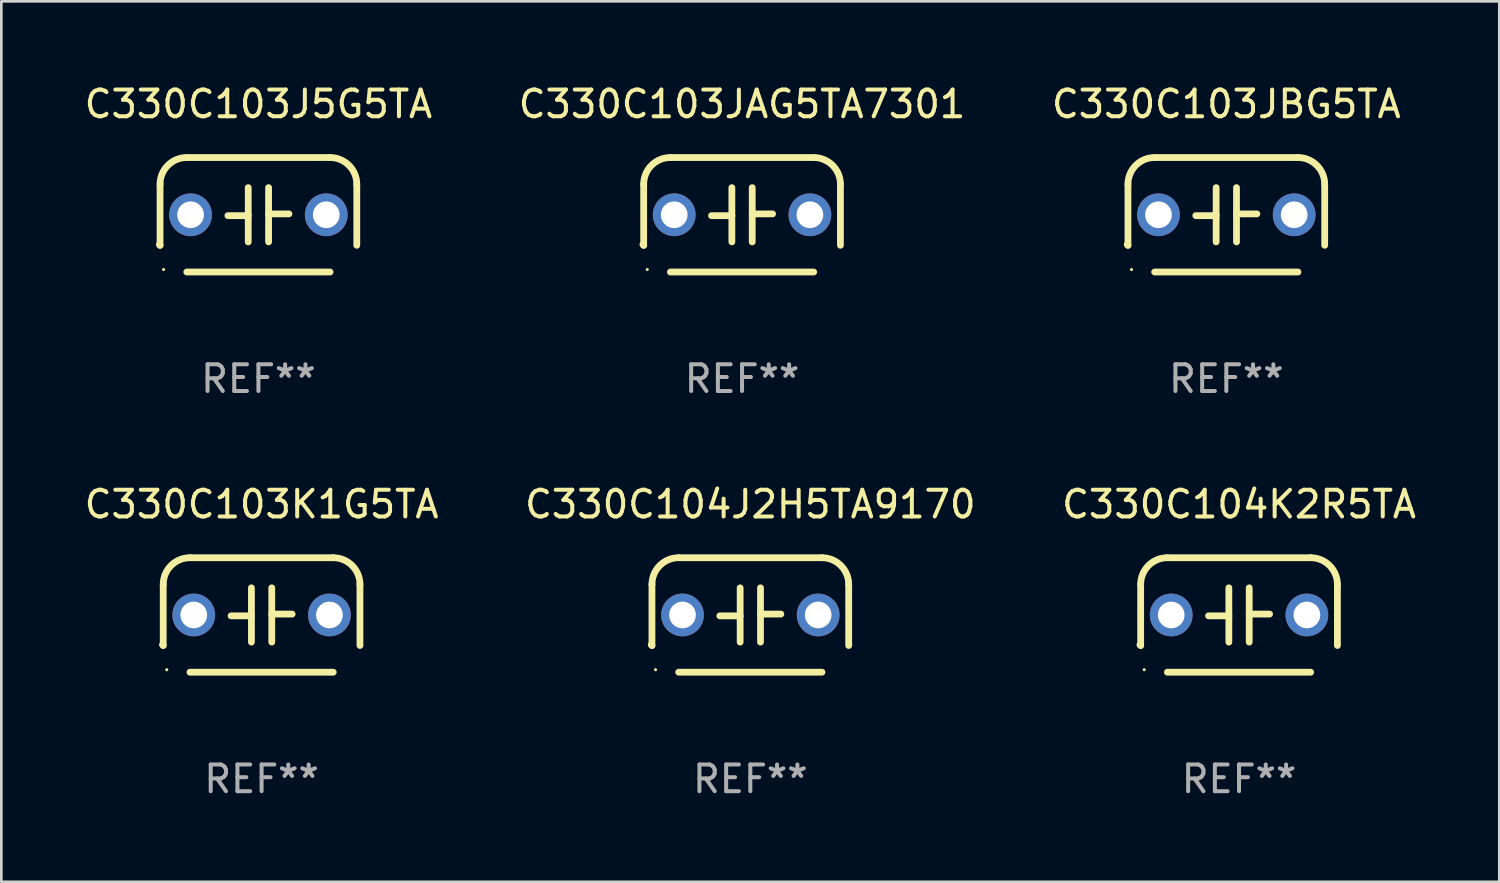
<source format=kicad_pcb>
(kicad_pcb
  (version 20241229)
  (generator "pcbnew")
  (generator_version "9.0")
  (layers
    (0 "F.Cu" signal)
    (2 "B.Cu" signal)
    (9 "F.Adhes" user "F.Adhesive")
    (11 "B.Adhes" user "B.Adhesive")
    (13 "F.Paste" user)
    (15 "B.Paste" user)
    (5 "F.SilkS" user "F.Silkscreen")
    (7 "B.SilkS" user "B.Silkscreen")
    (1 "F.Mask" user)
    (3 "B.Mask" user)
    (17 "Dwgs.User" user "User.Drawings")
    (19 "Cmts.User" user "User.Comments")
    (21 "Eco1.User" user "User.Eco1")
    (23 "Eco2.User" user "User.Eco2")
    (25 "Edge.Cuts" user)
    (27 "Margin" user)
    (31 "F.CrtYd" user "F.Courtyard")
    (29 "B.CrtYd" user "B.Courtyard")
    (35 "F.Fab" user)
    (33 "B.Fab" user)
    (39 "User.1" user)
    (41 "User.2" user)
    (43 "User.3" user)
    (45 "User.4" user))
  (footprint "C330C104K2R5TA"
    (layer "F.Cu")
    (at 43.339 19.974)
    (property "Reference" "C330C104K2R5TA" (at 0 -4.143 0) (layer "F.SilkS") (effects (font (size 1 1) (thickness 0.15))))
    (attr through_hole)
    (fp_line (start -3.683 -1.143) (end -3.683 1.143) (stroke (width 0.254) (type solid)) (layer "F.SilkS"))
    (fp_line (start -2.683 -2.143) (end 2.683 -2.143) (stroke (width 0.254) (type solid)) (layer "F.SilkS"))
    (fp_line (start -0.381 0.033) (end -1.143 0.033) (stroke (width 0.254) (type solid)) (layer "F.SilkS"))
    (fp_line (start -0.381 1.016) (end -0.381 -1.016) (stroke (width 0.254) (type solid)) (layer "F.SilkS"))
    (fp_line (start 0.381 -1.016) (end 0.381 1.016) (stroke (width 0.254) (type solid)) (layer "F.SilkS"))
    (fp_line (start 0.381 -0.033) (end 1.143 -0.033) (stroke (width 0.254) (type solid)) (layer "F.SilkS"))
    (fp_line (start 2.683 2.143) (end -2.683 2.143) (stroke (width 0.254) (type solid)) (layer "F.SilkS"))
    (fp_line (start 3.683 1.143) (end 3.683 -1.143) (stroke (width 0.254) (type solid)) (layer "F.SilkS"))
    (fp_arc (start -3.710292 1.115763) (mid -3.696656 1.129383) (end -3.68302 1.143002) (stroke (width 0.254001) (type solid)) (layer "F.SilkS"))
    (fp_arc (start -3.682994 -1.142977) (mid -3.390088 -1.850114) (end -2.682944 -2.143002) (stroke (width 0.254001) (type solid)) (layer "F.SilkS"))
    (fp_arc (start 2.682994 -2.143028) (mid 3.390106 -1.850122) (end 3.682995 -1.143002) (stroke (width 0.254001) (type solid)) (layer "F.SilkS"))
    (fp_circle (center -3.55 2.05) (end -3.52 2.05) (stroke (width 0.06) (type solid)) (fill no) (layer "F.SilkS"))
    (fp_text user "REF**" (at 0 6.143 0) (layer "F.Fab") (effects (font (size 1 1) (thickness 0.15))))
    (pad "1" thru_hole circle (at -2.54 0) (size 1.6 1.6) (drill 1) (layers "*.Cu" "*.Mask"))
    (pad "2" thru_hole circle (at 2.54 0) (size 1.6 1.6) (drill 1) (layers "*.Cu" "*.Mask")))
  (footprint "C330C103JAG5TA7301"
    (layer "F.Cu")
    (at 24.732 4.991)
    (property "Reference" "C330C103JAG5TA7301" (at 0 -4.143 0) (layer "F.SilkS") (effects (font (size 1 1) (thickness 0.15))))
    (attr through_hole)
    (fp_line (start -3.683 -1.143) (end -3.683 1.143) (stroke (width 0.254) (type solid)) (layer "F.SilkS"))
    (fp_line (start -2.683 -2.143) (end 2.683 -2.143) (stroke (width 0.254) (type solid)) (layer "F.SilkS"))
    (fp_line (start -0.381 0.033) (end -1.143 0.033) (stroke (width 0.254) (type solid)) (layer "F.SilkS"))
    (fp_line (start -0.381 1.016) (end -0.381 -1.016) (stroke (width 0.254) (type solid)) (layer "F.SilkS"))
    (fp_line (start 0.381 -1.016) (end 0.381 1.016) (stroke (width 0.254) (type solid)) (layer "F.SilkS"))
    (fp_line (start 0.381 -0.033) (end 1.143 -0.033) (stroke (width 0.254) (type solid)) (layer "F.SilkS"))
    (fp_line (start 2.683 2.143) (end -2.683 2.143) (stroke (width 0.254) (type solid)) (layer "F.SilkS"))
    (fp_line (start 3.683 1.143) (end 3.683 -1.143) (stroke (width 0.254) (type solid)) (layer "F.SilkS"))
    (fp_arc (start -3.710292 1.115763) (mid -3.696656 1.129383) (end -3.68302 1.143002) (stroke (width 0.254001) (type solid)) (layer "F.SilkS"))
    (fp_arc (start -3.682994 -1.142977) (mid -3.390088 -1.850114) (end -2.682944 -2.143002) (stroke (width 0.254001) (type solid)) (layer "F.SilkS"))
    (fp_arc (start 2.682994 -2.143028) (mid 3.390106 -1.850122) (end 3.682995 -1.143002) (stroke (width 0.254001) (type solid)) (layer "F.SilkS"))
    (fp_circle (center -3.55 2.05) (end -3.52 2.05) (stroke (width 0.06) (type solid)) (fill no) (layer "F.SilkS"))
    (fp_text user "REF**" (at 0 6.143 0) (layer "F.Fab") (effects (font (size 1 1) (thickness 0.15))))
    (pad "1" thru_hole circle (at -2.54 0) (size 1.6 1.6) (drill 1) (layers "*.Cu" "*.Mask"))
    (pad "2" thru_hole circle (at 2.54 0) (size 1.6 1.6) (drill 1) (layers "*.Cu" "*.Mask")))
  (footprint "C330C103JBG5TA"
    (layer "F.Cu")
    (at 42.863 4.991)
    (property "Reference" "C330C103JBG5TA" (at 0 -4.143 0) (layer "F.SilkS") (effects (font (size 1 1) (thickness 0.15))))
    (attr through_hole)
    (fp_line (start -3.683 -1.143) (end -3.683 1.143) (stroke (width 0.254) (type solid)) (layer "F.SilkS"))
    (fp_line (start -2.683 -2.143) (end 2.683 -2.143) (stroke (width 0.254) (type solid)) (layer "F.SilkS"))
    (fp_line (start -0.381 0.033) (end -1.143 0.033) (stroke (width 0.254) (type solid)) (layer "F.SilkS"))
    (fp_line (start -0.381 1.016) (end -0.381 -1.016) (stroke (width 0.254) (type solid)) (layer "F.SilkS"))
    (fp_line (start 0.381 -1.016) (end 0.381 1.016) (stroke (width 0.254) (type solid)) (layer "F.SilkS"))
    (fp_line (start 0.381 -0.033) (end 1.143 -0.033) (stroke (width 0.254) (type solid)) (layer "F.SilkS"))
    (fp_line (start 2.683 2.143) (end -2.683 2.143) (stroke (width 0.254) (type solid)) (layer "F.SilkS"))
    (fp_line (start 3.683 1.143) (end 3.683 -1.143) (stroke (width 0.254) (type solid)) (layer "F.SilkS"))
    (fp_arc (start -3.710292 1.115763) (mid -3.696656 1.129383) (end -3.68302 1.143002) (stroke (width 0.254001) (type solid)) (layer "F.SilkS"))
    (fp_arc (start -3.682994 -1.142977) (mid -3.390088 -1.850114) (end -2.682944 -2.143002) (stroke (width 0.254001) (type solid)) (layer "F.SilkS"))
    (fp_arc (start 2.682994 -2.143028) (mid 3.390106 -1.850122) (end 3.682995 -1.143002) (stroke (width 0.254001) (type solid)) (layer "F.SilkS"))
    (fp_circle (center -3.55 2.05) (end -3.52 2.05) (stroke (width 0.06) (type solid)) (fill no) (layer "F.SilkS"))
    (fp_text user "REF**" (at 0 6.143 0) (layer "F.Fab") (effects (font (size 1 1) (thickness 0.15))))
    (pad "1" thru_hole circle (at -2.54 0) (size 1.6 1.6) (drill 1) (layers "*.Cu" "*.Mask"))
    (pad "2" thru_hole circle (at 2.54 0) (size 1.6 1.6) (drill 1) (layers "*.Cu" "*.Mask")))
  (footprint "C330C104J2H5TA9170"
    (layer "F.Cu")
    (at 25.042 19.974)
    (property "Reference" "C330C104J2H5TA9170" (at 0 -4.143 0) (layer "F.SilkS") (effects (font (size 1 1) (thickness 0.15))))
    (attr through_hole)
    (fp_line (start -3.683 -1.143) (end -3.683 1.143) (stroke (width 0.254) (type solid)) (layer "F.SilkS"))
    (fp_line (start -2.683 -2.143) (end 2.683 -2.143) (stroke (width 0.254) (type solid)) (layer "F.SilkS"))
    (fp_line (start -0.381 0.033) (end -1.143 0.033) (stroke (width 0.254) (type solid)) (layer "F.SilkS"))
    (fp_line (start -0.381 1.016) (end -0.381 -1.016) (stroke (width 0.254) (type solid)) (layer "F.SilkS"))
    (fp_line (start 0.381 -1.016) (end 0.381 1.016) (stroke (width 0.254) (type solid)) (layer "F.SilkS"))
    (fp_line (start 0.381 -0.033) (end 1.143 -0.033) (stroke (width 0.254) (type solid)) (layer "F.SilkS"))
    (fp_line (start 2.683 2.143) (end -2.683 2.143) (stroke (width 0.254) (type solid)) (layer "F.SilkS"))
    (fp_line (start 3.683 1.143) (end 3.683 -1.143) (stroke (width 0.254) (type solid)) (layer "F.SilkS"))
    (fp_arc (start -3.710292 1.115763) (mid -3.696656 1.129383) (end -3.68302 1.143002) (stroke (width 0.254001) (type solid)) (layer "F.SilkS"))
    (fp_arc (start -3.682994 -1.142977) (mid -3.390088 -1.850114) (end -2.682944 -2.143002) (stroke (width 0.254001) (type solid)) (layer "F.SilkS"))
    (fp_arc (start 2.682994 -2.143028) (mid 3.390106 -1.850122) (end 3.682995 -1.143002) (stroke (width 0.254001) (type solid)) (layer "F.SilkS"))
    (fp_circle (center -3.55 2.05) (end -3.52 2.05) (stroke (width 0.06) (type solid)) (fill no) (layer "F.SilkS"))
    (fp_text user "REF**" (at 0 6.143 0) (layer "F.Fab") (effects (font (size 1 1) (thickness 0.15))))
    (pad "1" thru_hole circle (at -2.54 0) (size 1.6 1.6) (drill 1) (layers "*.Cu" "*.Mask"))
    (pad "2" thru_hole circle (at 2.54 0) (size 1.6 1.6) (drill 1) (layers "*.Cu" "*.Mask")))
  (footprint "C330C103K1G5TA"
    (layer "F.Cu")
    (at 6.744 19.974)
    (property "Reference" "C330C103K1G5TA" (at 0 -4.143 0) (layer "F.SilkS") (effects (font (size 1 1) (thickness 0.15))))
    (attr through_hole)
    (fp_line (start -3.683 -1.143) (end -3.683 1.143) (stroke (width 0.254) (type solid)) (layer "F.SilkS"))
    (fp_line (start -2.683 -2.143) (end 2.683 -2.143) (stroke (width 0.254) (type solid)) (layer "F.SilkS"))
    (fp_line (start -0.381 0.033) (end -1.143 0.033) (stroke (width 0.254) (type solid)) (layer "F.SilkS"))
    (fp_line (start -0.381 1.016) (end -0.381 -1.016) (stroke (width 0.254) (type solid)) (layer "F.SilkS"))
    (fp_line (start 0.381 -1.016) (end 0.381 1.016) (stroke (width 0.254) (type solid)) (layer "F.SilkS"))
    (fp_line (start 0.381 -0.033) (end 1.143 -0.033) (stroke (width 0.254) (type solid)) (layer "F.SilkS"))
    (fp_line (start 2.683 2.143) (end -2.683 2.143) (stroke (width 0.254) (type solid)) (layer "F.SilkS"))
    (fp_line (start 3.683 1.143) (end 3.683 -1.143) (stroke (width 0.254) (type solid)) (layer "F.SilkS"))
    (fp_arc (start -3.710292 1.115763) (mid -3.696656 1.129383) (end -3.68302 1.143002) (stroke (width 0.254001) (type solid)) (layer "F.SilkS"))
    (fp_arc (start -3.682994 -1.142977) (mid -3.390088 -1.850114) (end -2.682944 -2.143002) (stroke (width 0.254001) (type solid)) (layer "F.SilkS"))
    (fp_arc (start 2.682994 -2.143028) (mid 3.390106 -1.850122) (end 3.682995 -1.143002) (stroke (width 0.254001) (type solid)) (layer "F.SilkS"))
    (fp_circle (center -3.55 2.05) (end -3.52 2.05) (stroke (width 0.06) (type solid)) (fill no) (layer "F.SilkS"))
    (fp_text user "REF**" (at 0 6.143 0) (layer "F.Fab") (effects (font (size 1 1) (thickness 0.15))))
    (pad "1" thru_hole circle (at -2.54 0) (size 1.6 1.6) (drill 1) (layers "*.Cu" "*.Mask"))
    (pad "2" thru_hole circle (at 2.54 0) (size 1.6 1.6) (drill 1) (layers "*.Cu" "*.Mask")))
  (footprint "C330C103J5G5TA"
    (layer "F.Cu")
    (at 6.625 4.991)
    (property "Reference" "C330C103J5G5TA" (at 0 -4.143 0) (layer "F.SilkS") (effects (font (size 1 1) (thickness 0.15))))
    (attr through_hole)
    (fp_line (start -3.683 -1.143) (end -3.683 1.143) (stroke (width 0.254) (type solid)) (layer "F.SilkS"))
    (fp_line (start -2.683 -2.143) (end 2.683 -2.143) (stroke (width 0.254) (type solid)) (layer "F.SilkS"))
    (fp_line (start -0.381 0.033) (end -1.143 0.033) (stroke (width 0.254) (type solid)) (layer "F.SilkS"))
    (fp_line (start -0.381 1.016) (end -0.381 -1.016) (stroke (width 0.254) (type solid)) (layer "F.SilkS"))
    (fp_line (start 0.381 -1.016) (end 0.381 1.016) (stroke (width 0.254) (type solid)) (layer "F.SilkS"))
    (fp_line (start 0.381 -0.033) (end 1.143 -0.033) (stroke (width 0.254) (type solid)) (layer "F.SilkS"))
    (fp_line (start 2.683 2.143) (end -2.683 2.143) (stroke (width 0.254) (type solid)) (layer "F.SilkS"))
    (fp_line (start 3.683 1.143) (end 3.683 -1.143) (stroke (width 0.254) (type solid)) (layer "F.SilkS"))
    (fp_arc (start -3.710292 1.115763) (mid -3.696656 1.129383) (end -3.68302 1.143002) (stroke (width 0.254001) (type solid)) (layer "F.SilkS"))
    (fp_arc (start -3.682994 -1.142977) (mid -3.390088 -1.850114) (end -2.682944 -2.143002) (stroke (width 0.254001) (type solid)) (layer "F.SilkS"))
    (fp_arc (start 2.682994 -2.143028) (mid 3.390106 -1.850122) (end 3.682995 -1.143002) (stroke (width 0.254001) (type solid)) (layer "F.SilkS"))
    (fp_circle (center -3.55 2.05) (end -3.52 2.05) (stroke (width 0.06) (type solid)) (fill no) (layer "F.SilkS"))
    (fp_text user "REF**" (at 0 6.143 0) (layer "F.Fab") (effects (font (size 1 1) (thickness 0.15))))
    (pad "1" thru_hole circle (at -2.54 0) (size 1.6 1.6) (drill 1) (layers "*.Cu" "*.Mask"))
    (pad "2" thru_hole circle (at 2.54 0) (size 1.6 1.6) (drill 1) (layers "*.Cu" "*.Mask")))
  (gr_rect
    (start -3 -3)
    (end 53.083 29.965)
    (stroke (width 0.1) (type default))
    (fill no)
    (layer "Edge.Cuts")))
</source>
